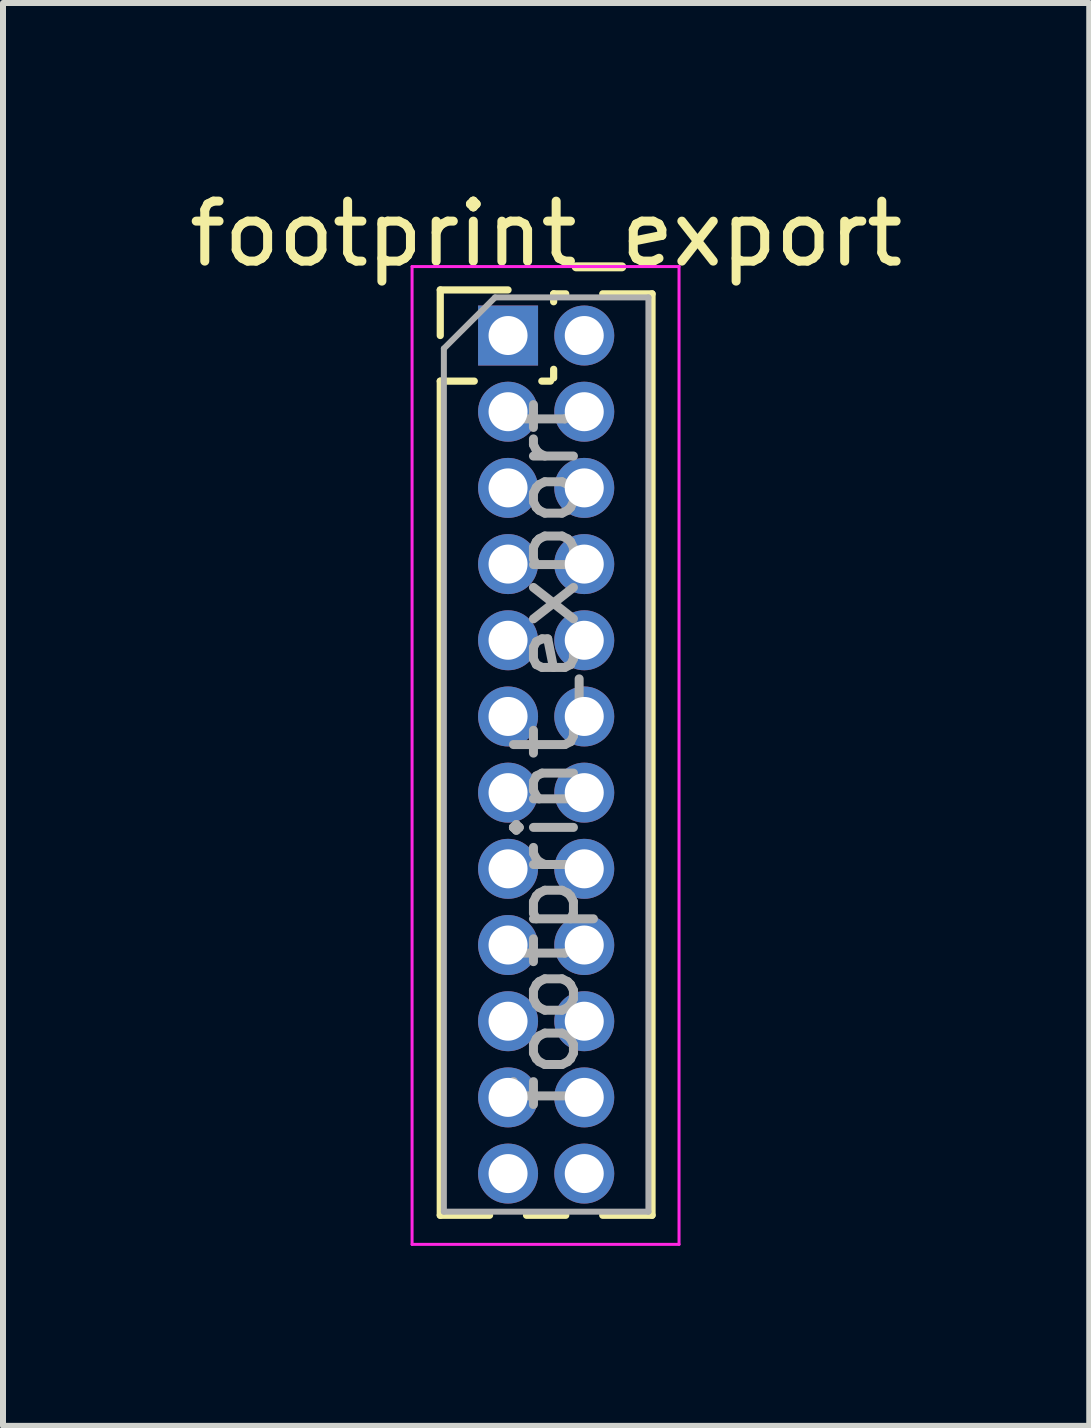
<source format=kicad_pcb>
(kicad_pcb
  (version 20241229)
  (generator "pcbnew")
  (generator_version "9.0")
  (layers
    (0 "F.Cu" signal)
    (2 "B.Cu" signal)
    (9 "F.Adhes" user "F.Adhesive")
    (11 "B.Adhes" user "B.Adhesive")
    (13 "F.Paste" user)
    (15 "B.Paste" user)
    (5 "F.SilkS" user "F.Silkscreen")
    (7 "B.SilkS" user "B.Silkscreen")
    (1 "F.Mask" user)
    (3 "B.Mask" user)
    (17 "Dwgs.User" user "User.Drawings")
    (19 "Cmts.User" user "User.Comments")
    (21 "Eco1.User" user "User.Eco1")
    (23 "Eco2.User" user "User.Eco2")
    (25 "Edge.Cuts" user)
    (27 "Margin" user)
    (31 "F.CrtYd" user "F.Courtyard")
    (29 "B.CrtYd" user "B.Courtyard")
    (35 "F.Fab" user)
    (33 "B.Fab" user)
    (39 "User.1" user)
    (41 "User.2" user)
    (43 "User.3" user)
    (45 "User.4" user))
  (footprint "footprint_export"
    (layer "F.Cu")
    (at 5.419 2.543)
    (property "Reference" "footprint_export" (at 0.635 -1.695 0) (layer "F.SilkS") (effects (font (size 1 1) (thickness 0.15))))
    (attr through_hole)
    (fp_line (start -1.13 -0.76) (end 0 -0.76) (stroke (width 0.12) (type solid)) (layer "F.SilkS"))
    (fp_line (start -1.13 0) (end -1.13 -0.76) (stroke (width 0.12) (type solid)) (layer "F.SilkS"))
    (fp_line (start -1.13 0.76) (end -1.13 14.665) (stroke (width 0.12) (type solid)) (layer "F.SilkS"))
    (fp_line (start -1.13 0.76) (end -0.563 0.76) (stroke (width 0.12) (type solid)) (layer "F.SilkS"))
    (fp_line (start -1.13 14.665) (end -0.308 14.665) (stroke (width 0.12) (type solid)) (layer "F.SilkS"))
    (fp_line (start 0.308 14.665) (end 0.962 14.665) (stroke (width 0.12) (type solid)) (layer "F.SilkS"))
    (fp_line (start 0.563 0.76) (end 0.707 0.76) (stroke (width 0.12) (type solid)) (layer "F.SilkS"))
    (fp_line (start 0.76 -0.695) (end 0.962 -0.695) (stroke (width 0.12) (type solid)) (layer "F.SilkS"))
    (fp_line (start 0.76 -0.563) (end 0.76 -0.695) (stroke (width 0.12) (type solid)) (layer "F.SilkS"))
    (fp_line (start 0.76 0.707) (end 0.76 0.563) (stroke (width 0.12) (type solid)) (layer "F.SilkS"))
    (fp_line (start 1.578 -0.695) (end 2.4 -0.695) (stroke (width 0.12) (type solid)) (layer "F.SilkS"))
    (fp_line (start 1.578 14.665) (end 2.4 14.665) (stroke (width 0.12) (type solid)) (layer "F.SilkS"))
    (fp_line (start 2.4 -0.695) (end 2.4 14.665) (stroke (width 0.12) (type solid)) (layer "F.SilkS"))
    (fp_line (start -1.6 -1.15) (end -1.6 15.15) (stroke (width 0.05) (type solid)) (layer "F.CrtYd"))
    (fp_line (start -1.6 15.15) (end 2.85 15.15) (stroke (width 0.05) (type solid)) (layer "F.CrtYd"))
    (fp_line (start 2.85 -1.15) (end -1.6 -1.15) (stroke (width 0.05) (type solid)) (layer "F.CrtYd"))
    (fp_line (start 2.85 15.15) (end 2.85 -1.15) (stroke (width 0.05) (type solid)) (layer "F.CrtYd"))
    (fp_line (start -1.07 0.217) (end -0.217 -0.635) (stroke (width 0.1) (type solid)) (layer "F.Fab"))
    (fp_line (start -1.07 14.605) (end -1.07 0.217) (stroke (width 0.1) (type solid)) (layer "F.Fab"))
    (fp_line (start -0.217 -0.635) (end 2.34 -0.635) (stroke (width 0.1) (type solid)) (layer "F.Fab"))
    (fp_line (start 2.34 -0.635) (end 2.34 14.605) (stroke (width 0.1) (type solid)) (layer "F.Fab"))
    (fp_line (start 2.34 14.605) (end -1.07 14.605) (stroke (width 0.1) (type solid)) (layer "F.Fab"))
    (fp_text user "${REFERENCE}" (at 0.635 6.985 90) (layer "F.Fab") (effects (font (size 1 1) (thickness 0.15))))
    (pad "1" thru_hole rect (at 0 0) (size 1 1) (drill 0.65) (layers "*.Cu" "*.Mask"))
    (pad "2" thru_hole oval (at 1.27 0) (size 1 1) (drill 0.65) (layers "*.Cu" "*.Mask"))
    (pad "3" thru_hole oval (at 0 1.27) (size 1 1) (drill 0.65) (layers "*.Cu" "*.Mask"))
    (pad "4" thru_hole oval (at 1.27 1.27) (size 1 1) (drill 0.65) (layers "*.Cu" "*.Mask"))
    (pad "5" thru_hole oval (at 0 2.54) (size 1 1) (drill 0.65) (layers "*.Cu" "*.Mask"))
    (pad "6" thru_hole oval (at 1.27 2.54) (size 1 1) (drill 0.65) (layers "*.Cu" "*.Mask"))
    (pad "7" thru_hole oval (at 0 3.81) (size 1 1) (drill 0.65) (layers "*.Cu" "*.Mask"))
    (pad "8" thru_hole oval (at 1.27 3.81) (size 1 1) (drill 0.65) (layers "*.Cu" "*.Mask"))
    (pad "9" thru_hole oval (at 0 5.08) (size 1 1) (drill 0.65) (layers "*.Cu" "*.Mask"))
    (pad "10" thru_hole oval (at 1.27 5.08) (size 1 1) (drill 0.65) (layers "*.Cu" "*.Mask"))
    (pad "11" thru_hole oval (at 0 6.35) (size 1 1) (drill 0.65) (layers "*.Cu" "*.Mask"))
    (pad "12" thru_hole oval (at 1.27 6.35) (size 1 1) (drill 0.65) (layers "*.Cu" "*.Mask"))
    (pad "13" thru_hole oval (at 0 7.62) (size 1 1) (drill 0.65) (layers "*.Cu" "*.Mask"))
    (pad "14" thru_hole oval (at 1.27 7.62) (size 1 1) (drill 0.65) (layers "*.Cu" "*.Mask"))
    (pad "15" thru_hole oval (at 0 8.89) (size 1 1) (drill 0.65) (layers "*.Cu" "*.Mask"))
    (pad "16" thru_hole oval (at 1.27 8.89) (size 1 1) (drill 0.65) (layers "*.Cu" "*.Mask"))
    (pad "17" thru_hole oval (at 0 10.16) (size 1 1) (drill 0.65) (layers "*.Cu" "*.Mask"))
    (pad "18" thru_hole oval (at 1.27 10.16) (size 1 1) (drill 0.65) (layers "*.Cu" "*.Mask"))
    (pad "19" thru_hole oval (at 0 11.43) (size 1 1) (drill 0.65) (layers "*.Cu" "*.Mask"))
    (pad "20" thru_hole oval (at 1.27 11.43) (size 1 1) (drill 0.65) (layers "*.Cu" "*.Mask"))
    (pad "21" thru_hole oval (at 0 12.7) (size 1 1) (drill 0.65) (layers "*.Cu" "*.Mask"))
    (pad "22" thru_hole oval (at 1.27 12.7) (size 1 1) (drill 0.65) (layers "*.Cu" "*.Mask"))
    (pad "23" thru_hole oval (at 0 13.97) (size 1 1) (drill 0.65) (layers "*.Cu" "*.Mask"))
    (pad "24" thru_hole oval (at 1.27 13.97) (size 1 1) (drill 0.65) (layers "*.Cu" "*.Mask")))
  (gr_rect
    (start -3 -3)
    (end 15.107 20.718)
    (stroke (width 0.1) (type default))
    (fill no)
    (layer "Edge.Cuts")))
</source>
